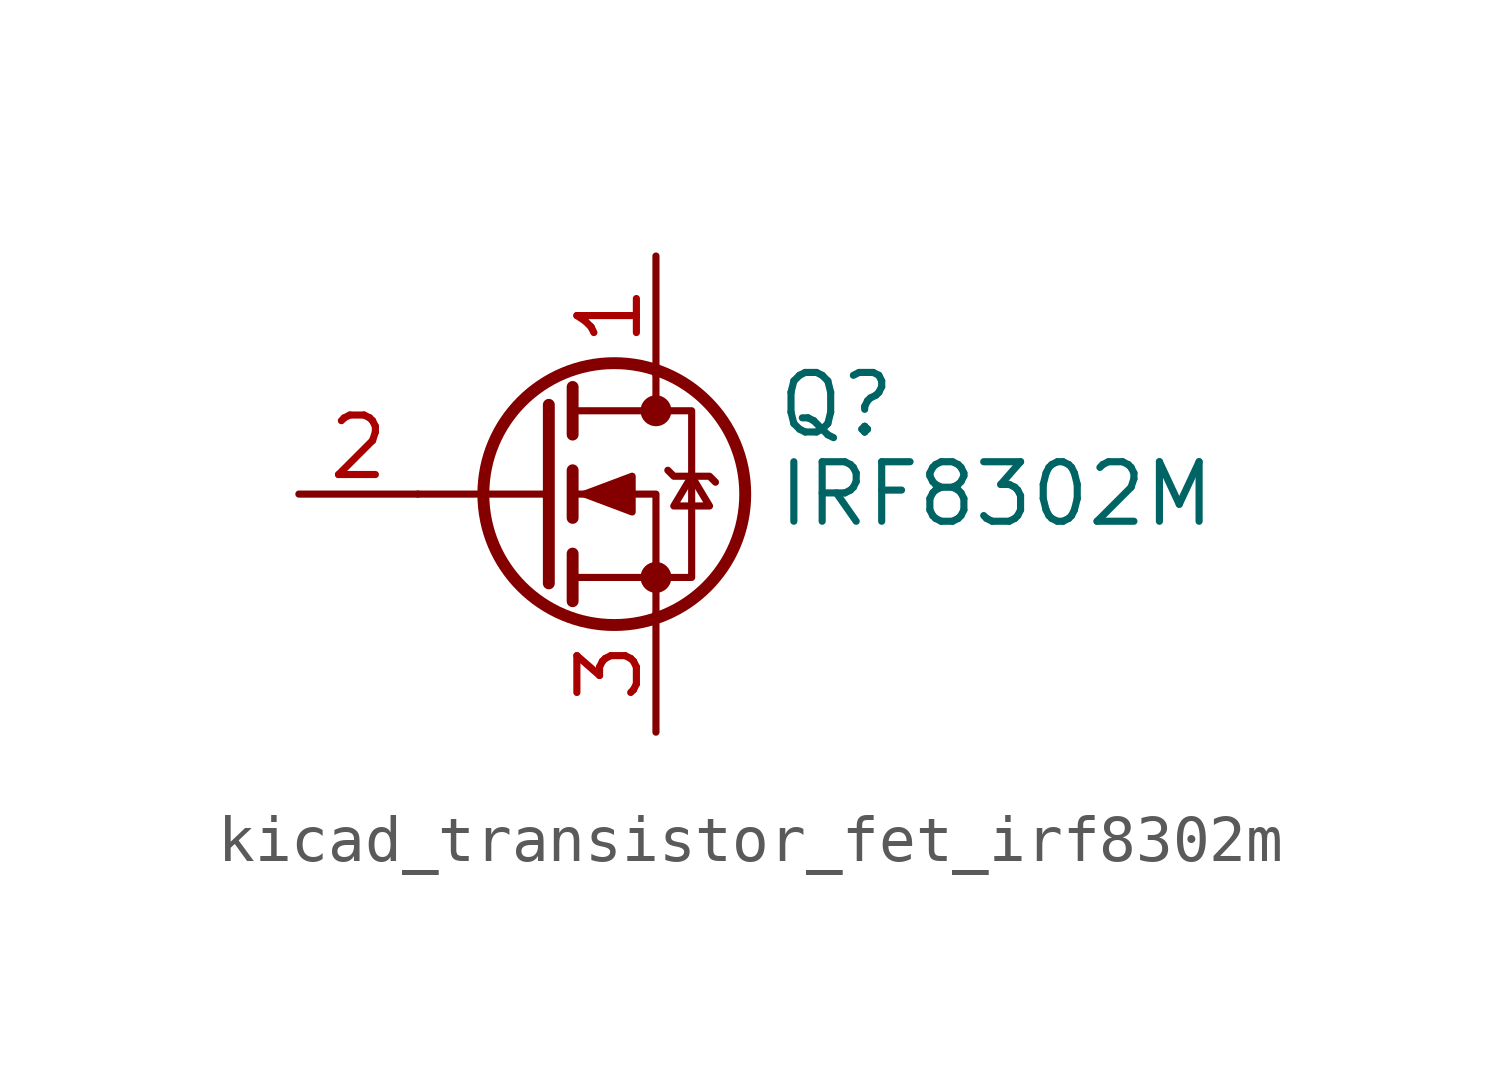
<source format=kicad_sym>
(kicad_symbol_lib
  (version 20220914)
  (generator kicad_symbol_editor)
  (symbol "kicad_transistor_fet_irf8302m"
    (pin_names hide)
    (property "Reference" "Q"
      (at 5.08 1.905 0)
      (effects (font (size 1.27 1.27)) (justify left)))
    (property "Value" "IRF8302M"
      (at 5.08 0 0)
      (effects (font (size 1.27 1.27)) (justify left)))
    (symbol "kicad_transistor_fet_irf8302m_0_1"
      (polyline (pts (xy 0.254 0) (xy -2.54 0)) (stroke (width 0) (type default)) (fill (type none)))
      (polyline (pts (xy 0.254 1.905) (xy 0.254 -1.905)) (stroke (width 0.254) (type default)) (fill (type none)))
      (polyline (pts (xy 0.762 -1.27) (xy 0.762 -2.286)) (stroke (width 0.254) (type default)) (fill (type none)))
      (polyline (pts (xy 0.762 0.508) (xy 0.762 -0.508)) (stroke (width 0.254) (type default)) (fill (type none)))
      (polyline (pts (xy 0.762 2.286) (xy 0.762 1.27)) (stroke (width 0.254) (type default)) (fill (type none)))
      (polyline (pts (xy 2.54 2.54) (xy 2.54 1.778)) (stroke (width 0) (type default)) (fill (type none)))
      (polyline (pts (xy 2.54 -2.54) (xy 2.54 0) (xy 0.762 0)) (stroke (width 0) (type default)) (fill (type none)))
      (polyline (pts (xy 0.762 -1.778) (xy 3.302 -1.778) (xy 3.302 1.778) (xy 0.762 1.778)) (stroke (width 0) (type default)) (fill (type none)))
      (polyline (pts (xy 1.016 0) (xy 2.032 0.381) (xy 2.032 -0.381) (xy 1.016 0)) (stroke (width 0) (type default)) (fill (type outline)))
      (polyline (pts (xy 2.794 0.508) (xy 2.921 0.381) (xy 3.683 0.381) (xy 3.81 0.254)) (stroke (width 0) (type default)) (fill (type none)))
      (polyline (pts (xy 3.302 0.381) (xy 2.921 -0.254) (xy 3.683 -0.254) (xy 3.302 0.381)) (stroke (width 0) (type default)) (fill (type none)))
      (circle (center 1.651 0) (radius 2.794) (stroke (width 0.254) (type default)) (fill (type none)))
      (circle (center 2.54 -1.778) (radius 0.254) (stroke (width 0) (type default)) (fill (type outline)))
      (circle (center 2.54 1.778) (radius 0.254) (stroke (width 0) (type default)) (fill (type outline))))
    (symbol "kicad_transistor_fet_irf8302m_1_1"
      (pin passive line (at 2.54 5.08 270) (length 2.54) (name "D" (effects (font (size 1.27 1.27)))) (number "1" (effects (font (size 1.27 1.27)))))
      (pin input line (at -5.08 0 0) (length 2.54) (name "G" (effects (font (size 1.27 1.27)))) (number "2" (effects (font (size 1.27 1.27)))))
      (pin passive line (at 2.54 -5.08 90) (length 2.54) (name "S" (effects (font (size 1.27 1.27)))) (number "3" (effects (font (size 1.27 1.27))))))))
</source>
